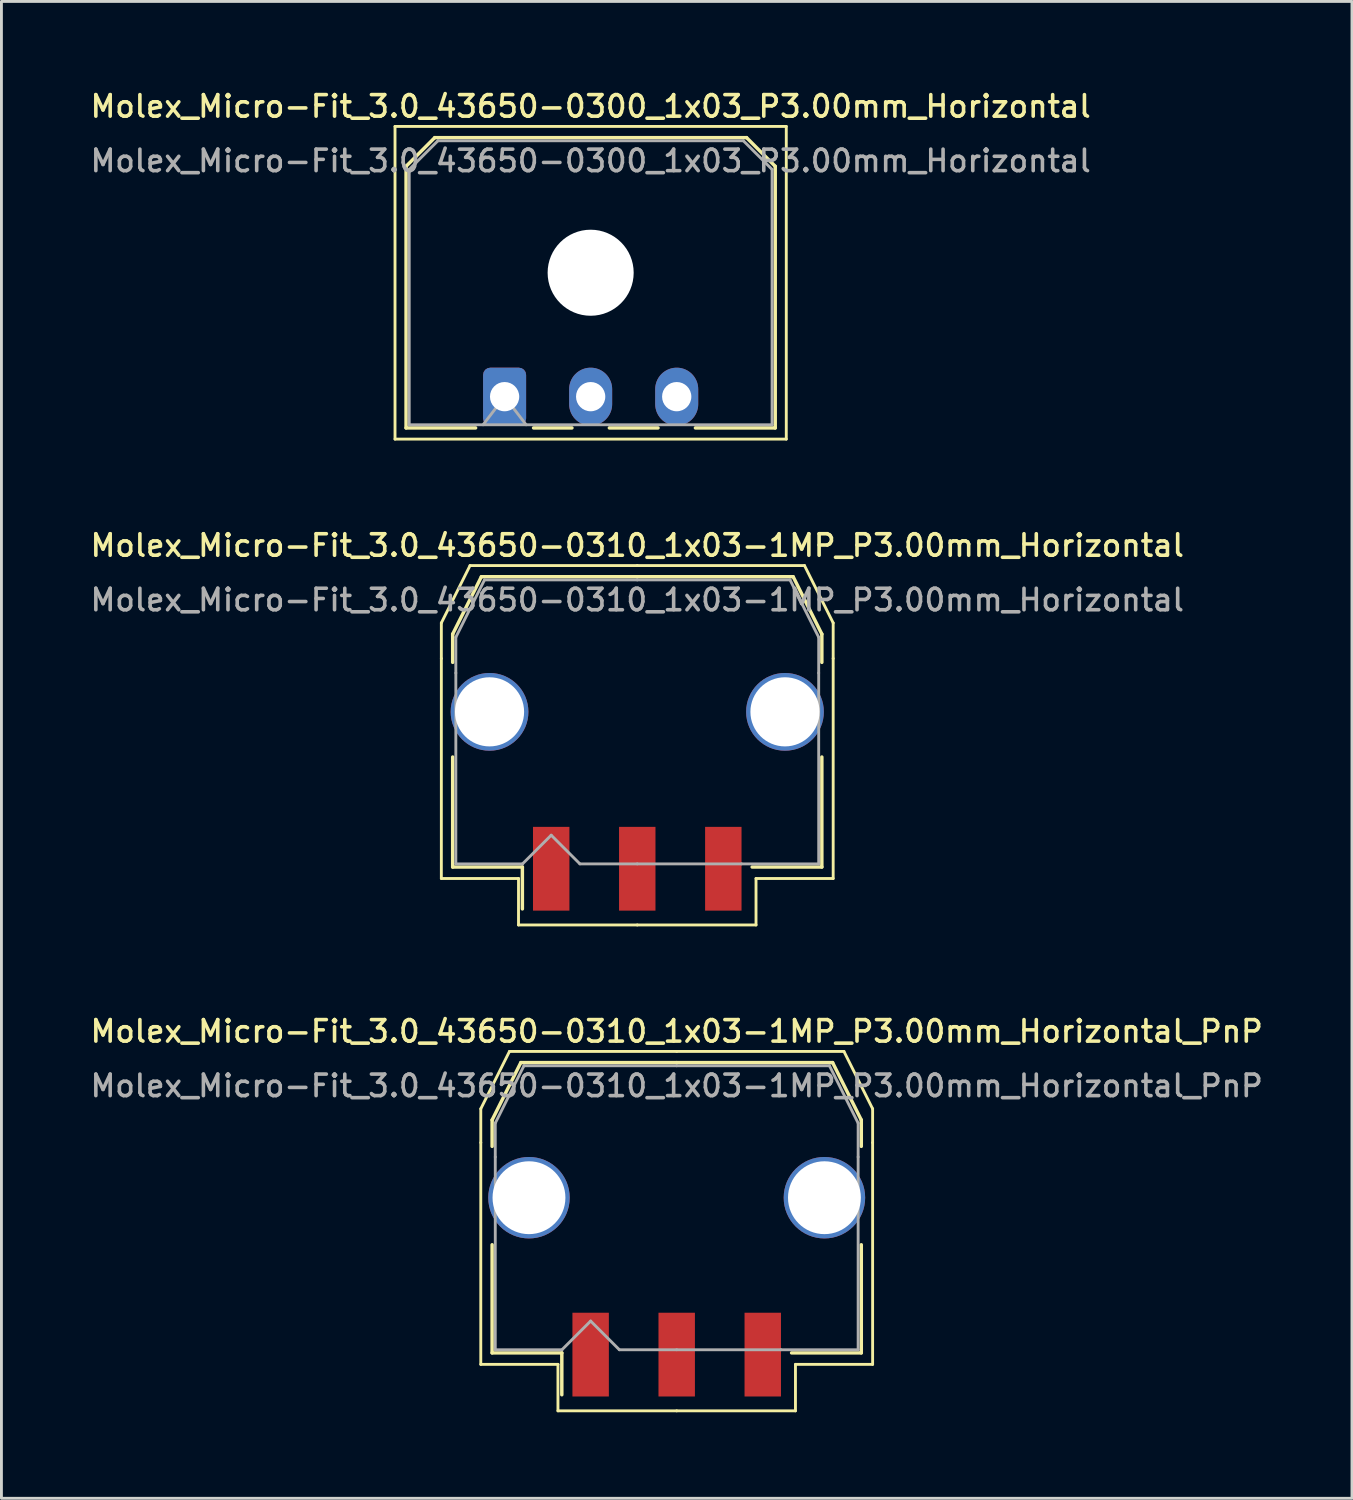
<source format=kicad_pcb>
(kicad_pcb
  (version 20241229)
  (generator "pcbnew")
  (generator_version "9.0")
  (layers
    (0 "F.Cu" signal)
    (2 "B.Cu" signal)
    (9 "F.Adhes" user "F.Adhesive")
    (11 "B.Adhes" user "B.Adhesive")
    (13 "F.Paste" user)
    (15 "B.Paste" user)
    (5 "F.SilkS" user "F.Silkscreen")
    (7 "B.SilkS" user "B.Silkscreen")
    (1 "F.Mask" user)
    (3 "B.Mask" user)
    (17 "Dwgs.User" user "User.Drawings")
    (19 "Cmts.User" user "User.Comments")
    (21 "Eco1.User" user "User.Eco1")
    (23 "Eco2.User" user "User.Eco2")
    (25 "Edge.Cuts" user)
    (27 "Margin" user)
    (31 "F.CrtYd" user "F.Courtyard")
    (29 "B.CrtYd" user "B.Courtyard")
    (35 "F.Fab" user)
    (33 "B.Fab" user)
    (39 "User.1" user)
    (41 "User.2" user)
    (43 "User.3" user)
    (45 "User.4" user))
  (footprint "Molex_Micro-Fit_3.0_43650-0310_1x03-1MP_P3.00mm_Horizontal"
    (layer "F.Cu")
    (at 19.166 22.116)
    (property "Reference" "Molex_Micro-Fit_3.0_43650-0310_1x03-1MP_P3.00mm_Horizontal" (at 0 -6.15 0) (layer "F.SilkS") (effects (font (size 0.75 0.75) (thickness 0.125))))
    (attr smd)
    (fp_line (start -6.83 -3.45) (end -6.83 -2.21) (stroke (width 0.1) (type solid)) (layer "F.SilkS"))
    (fp_line (start -6.83 -2.21) (end -6.83 5.46) (stroke (width 0.1) (type solid)) (layer "F.SilkS"))
    (fp_line (start -6.83 5.46) (end -4.14 5.46) (stroke (width 0.1) (type solid)) (layer "F.SilkS"))
    (fp_line (start -6.435 -3.06) (end -6.435 -2.075) (stroke (width 0.12) (type solid)) (layer "F.SilkS"))
    (fp_line (start -6.435 1.225) (end -6.435 5.06) (stroke (width 0.12) (type solid)) (layer "F.SilkS"))
    (fp_line (start -6.435 5.06) (end -4.005 5.06) (stroke (width 0.12) (type solid)) (layer "F.SilkS"))
    (fp_line (start -5.83 -5.45) (end -6.83 -3.45) (stroke (width 0.1) (type solid)) (layer "F.SilkS"))
    (fp_line (start -5.435 -5.06) (end -6.435 -3.06) (stroke (width 0.12) (type solid)) (layer "F.SilkS"))
    (fp_line (start -4.14 5.46) (end -4.14 7.08) (stroke (width 0.1) (type solid)) (layer "F.SilkS"))
    (fp_line (start -4.14 7.08) (end 0 7.08) (stroke (width 0.1) (type solid)) (layer "F.SilkS"))
    (fp_line (start -4.005 5.06) (end -4.005 6.52) (stroke (width 0.12) (type solid)) (layer "F.SilkS"))
    (fp_line (start 0 -5.45) (end -5.83 -5.45) (stroke (width 0.1) (type solid)) (layer "F.SilkS"))
    (fp_line (start 0 -5.45) (end 5.83 -5.45) (stroke (width 0.1) (type solid)) (layer "F.SilkS"))
    (fp_line (start 0 -5.06) (end -5.435 -5.06) (stroke (width 0.12) (type solid)) (layer "F.SilkS"))
    (fp_line (start 0 -5.06) (end 5.435 -5.06) (stroke (width 0.12) (type solid)) (layer "F.SilkS"))
    (fp_line (start 4.14 5.46) (end 4.14 7.08) (stroke (width 0.1) (type solid)) (layer "F.SilkS"))
    (fp_line (start 4.14 7.08) (end 0 7.08) (stroke (width 0.1) (type solid)) (layer "F.SilkS"))
    (fp_line (start 5.435 -5.06) (end 6.435 -3.06) (stroke (width 0.12) (type solid)) (layer "F.SilkS"))
    (fp_line (start 5.83 -5.45) (end 6.83 -3.45) (stroke (width 0.1) (type solid)) (layer "F.SilkS"))
    (fp_line (start 6.435 -3.06) (end 6.435 -2.075) (stroke (width 0.12) (type solid)) (layer "F.SilkS"))
    (fp_line (start 6.435 1.225) (end 6.435 5.06) (stroke (width 0.12) (type solid)) (layer "F.SilkS"))
    (fp_line (start 6.435 5.06) (end 4.005 5.06) (stroke (width 0.12) (type solid)) (layer "F.SilkS"))
    (fp_line (start 6.83 -3.45) (end 6.83 -2.21) (stroke (width 0.1) (type solid)) (layer "F.SilkS"))
    (fp_line (start 6.83 -2.21) (end 6.83 5.46) (stroke (width 0.1) (type solid)) (layer "F.SilkS"))
    (fp_line (start 6.83 5.46) (end 4.14 5.46) (stroke (width 0.1) (type solid)) (layer "F.SilkS"))
    (fp_line (start -6.325 -2.95) (end -6.325 -1.705) (stroke (width 0.1) (type solid)) (layer "F.Fab"))
    (fp_line (start -6.325 -1.705) (end -6.325 4.95) (stroke (width 0.1) (type solid)) (layer "F.Fab"))
    (fp_line (start -6.325 4.95) (end -4 4.95) (stroke (width 0.1) (type solid)) (layer "F.Fab"))
    (fp_line (start -5.325 -4.95) (end -6.325 -2.95) (stroke (width 0.1) (type solid)) (layer "F.Fab"))
    (fp_line (start -4 4.95) (end -3 3.95) (stroke (width 0.1) (type solid)) (layer "F.Fab"))
    (fp_line (start -3 3.95) (end -2 4.95) (stroke (width 0.1) (type solid)) (layer "F.Fab"))
    (fp_line (start -2 4.95) (end 0 4.95) (stroke (width 0.1) (type solid)) (layer "F.Fab"))
    (fp_line (start 0 -4.95) (end -5.325 -4.95) (stroke (width 0.1) (type solid)) (layer "F.Fab"))
    (fp_line (start 0 -4.95) (end 5.325 -4.95) (stroke (width 0.1) (type solid)) (layer "F.Fab"))
    (fp_line (start 3.635 4.95) (end 0 4.95) (stroke (width 0.1) (type solid)) (layer "F.Fab"))
    (fp_line (start 5.325 -4.95) (end 6.325 -2.95) (stroke (width 0.1) (type solid)) (layer "F.Fab"))
    (fp_line (start 6.325 -2.95) (end 6.325 -1.705) (stroke (width 0.1) (type solid)) (layer "F.Fab"))
    (fp_line (start 6.325 -1.705) (end 6.325 4.95) (stroke (width 0.1) (type solid)) (layer "F.Fab"))
    (fp_line (start 6.325 4.95) (end 3.635 4.95) (stroke (width 0.1) (type solid)) (layer "F.Fab"))
    (fp_text user "${REFERENCE}" (at 0 -4.25 0) (layer "F.Fab") (effects (font (size 0.75 0.75) (thickness 0.125))))
    (pad "1" smd rect (at -3 5.12) (size 1.27 2.92) (layers "F.Cu" "F.Mask" "F.Paste"))
    (pad "2" smd rect (at 0 5.12) (size 1.27 2.92) (layers "F.Cu" "F.Mask" "F.Paste"))
    (pad "3" smd rect (at 3 5.12) (size 1.27 2.92) (layers "F.Cu" "F.Mask" "F.Paste"))
    (pad "MP" thru_hole circle (at -5.15 -0.35) (size 2.71 2.71) (drill 2.41) (property pad_prop_heatsink) (layers "*.Cu" "*.Mask"))
    (pad "MP" thru_hole circle (at 5.15 -0.35) (size 2.71 2.71) (drill 2.41) (property pad_prop_heatsink) (layers "*.Cu" "*.Mask")))
  (footprint "Molex_Micro-Fit_3.0_43650-0310_1x03-1MP_P3.00mm_Horizontal_PnP"
    (layer "F.Cu")
    (at 20.541 39.054)
    (property "Reference" "Molex_Micro-Fit_3.0_43650-0310_1x03-1MP_P3.00mm_Horizontal_PnP" (at 0 -6.15 0) (layer "F.SilkS") (effects (font (size 0.75 0.75) (thickness 0.125))))
    (attr smd)
    (fp_line (start -6.83 -3.45) (end -6.83 -2.27) (stroke (width 0.1) (type solid)) (layer "F.SilkS"))
    (fp_line (start -6.83 -2.27) (end -6.83 5.46) (stroke (width 0.1) (type solid)) (layer "F.SilkS"))
    (fp_line (start -6.83 5.46) (end -4.14 5.46) (stroke (width 0.1) (type solid)) (layer "F.SilkS"))
    (fp_line (start -6.435 -3.06) (end -6.435 -2.14) (stroke (width 0.12) (type solid)) (layer "F.SilkS"))
    (fp_line (start -6.435 1.29) (end -6.435 5.06) (stroke (width 0.12) (type solid)) (layer "F.SilkS"))
    (fp_line (start -6.435 5.06) (end -4.005 5.06) (stroke (width 0.12) (type solid)) (layer "F.SilkS"))
    (fp_line (start -5.83 -5.45) (end -6.83 -3.45) (stroke (width 0.1) (type solid)) (layer "F.SilkS"))
    (fp_line (start -5.435 -5.06) (end -6.435 -3.06) (stroke (width 0.12) (type solid)) (layer "F.SilkS"))
    (fp_line (start -4.14 5.46) (end -4.14 7.08) (stroke (width 0.1) (type solid)) (layer "F.SilkS"))
    (fp_line (start -4.14 7.08) (end 0 7.08) (stroke (width 0.1) (type solid)) (layer "F.SilkS"))
    (fp_line (start -4.005 5.06) (end -4.005 6.52) (stroke (width 0.12) (type solid)) (layer "F.SilkS"))
    (fp_line (start 0 -5.45) (end -5.83 -5.45) (stroke (width 0.1) (type solid)) (layer "F.SilkS"))
    (fp_line (start 0 -5.45) (end 5.83 -5.45) (stroke (width 0.1) (type solid)) (layer "F.SilkS"))
    (fp_line (start 0 -5.06) (end -5.435 -5.06) (stroke (width 0.12) (type solid)) (layer "F.SilkS"))
    (fp_line (start 0 -5.06) (end 5.435 -5.06) (stroke (width 0.12) (type solid)) (layer "F.SilkS"))
    (fp_line (start 4.14 5.46) (end 4.14 7.08) (stroke (width 0.1) (type solid)) (layer "F.SilkS"))
    (fp_line (start 4.14 7.08) (end 0 7.08) (stroke (width 0.1) (type solid)) (layer "F.SilkS"))
    (fp_line (start 5.435 -5.06) (end 6.435 -3.06) (stroke (width 0.12) (type solid)) (layer "F.SilkS"))
    (fp_line (start 5.83 -5.45) (end 6.83 -3.45) (stroke (width 0.1) (type solid)) (layer "F.SilkS"))
    (fp_line (start 6.435 -3.06) (end 6.435 -2.14) (stroke (width 0.12) (type solid)) (layer "F.SilkS"))
    (fp_line (start 6.435 1.29) (end 6.435 5.06) (stroke (width 0.12) (type solid)) (layer "F.SilkS"))
    (fp_line (start 6.435 5.06) (end 4.005 5.06) (stroke (width 0.12) (type solid)) (layer "F.SilkS"))
    (fp_line (start 6.83 -3.45) (end 6.83 -2.27) (stroke (width 0.1) (type solid)) (layer "F.SilkS"))
    (fp_line (start 6.83 -2.27) (end 6.83 5.46) (stroke (width 0.1) (type solid)) (layer "F.SilkS"))
    (fp_line (start 6.83 5.46) (end 4.14 5.46) (stroke (width 0.1) (type solid)) (layer "F.SilkS"))
    (fp_line (start -6.325 -2.95) (end -6.325 -1.77) (stroke (width 0.1) (type solid)) (layer "F.Fab"))
    (fp_line (start -6.325 -1.77) (end -6.325 4.95) (stroke (width 0.1) (type solid)) (layer "F.Fab"))
    (fp_line (start -6.325 4.95) (end -4 4.95) (stroke (width 0.1) (type solid)) (layer "F.Fab"))
    (fp_line (start -5.325 -4.95) (end -6.325 -2.95) (stroke (width 0.1) (type solid)) (layer "F.Fab"))
    (fp_line (start -4 4.95) (end -3 3.95) (stroke (width 0.1) (type solid)) (layer "F.Fab"))
    (fp_line (start -3 3.95) (end -2 4.95) (stroke (width 0.1) (type solid)) (layer "F.Fab"))
    (fp_line (start -2 4.95) (end 0 4.95) (stroke (width 0.1) (type solid)) (layer "F.Fab"))
    (fp_line (start 0 -4.95) (end -5.325 -4.95) (stroke (width 0.1) (type solid)) (layer "F.Fab"))
    (fp_line (start 0 -4.95) (end 5.325 -4.95) (stroke (width 0.1) (type solid)) (layer "F.Fab"))
    (fp_line (start 3.635 4.95) (end 0 4.95) (stroke (width 0.1) (type solid)) (layer "F.Fab"))
    (fp_line (start 5.325 -4.95) (end 6.325 -2.95) (stroke (width 0.1) (type solid)) (layer "F.Fab"))
    (fp_line (start 6.325 -2.95) (end 6.325 -1.77) (stroke (width 0.1) (type solid)) (layer "F.Fab"))
    (fp_line (start 6.325 -1.77) (end 6.325 4.95) (stroke (width 0.1) (type solid)) (layer "F.Fab"))
    (fp_line (start 6.325 4.95) (end 3.635 4.95) (stroke (width 0.1) (type solid)) (layer "F.Fab"))
    (fp_text user "${REFERENCE}" (at 0 -4.25 0) (layer "F.Fab") (effects (font (size 0.75 0.75) (thickness 0.125))))
    (pad "1" smd rect (at -3 5.12) (size 1.27 2.92) (layers "F.Cu" "F.Mask" "F.Paste"))
    (pad "2" smd rect (at 0 5.12) (size 1.27 2.92) (layers "F.Cu" "F.Mask" "F.Paste"))
    (pad "3" smd rect (at 3 5.12) (size 1.27 2.92) (layers "F.Cu" "F.Mask" "F.Paste"))
    (pad "MP" thru_hole circle (at -5.15 -0.35) (size 2.84 2.84) (drill 2.54) (property pad_prop_heatsink) (layers "*.Cu" "*.Mask"))
    (pad "MP" thru_hole circle (at 5.15 -0.35) (size 2.84 2.84) (drill 2.54) (property pad_prop_heatsink) (layers "*.Cu" "*.Mask")))
  (footprint "Molex_Micro-Fit_3.0_43650-0300_1x03_P3.00mm_Horizontal"
    (layer "F.Cu")
    (at 14.541 10.778)
    (property "Reference" "Molex_Micro-Fit_3.0_43650-0300_1x03_P3.00mm_Horizontal" (at 3 -10.12 0) (layer "F.SilkS") (effects (font (size 0.75 0.75) (thickness 0.125))))
    (attr through_hole)
    (fp_line (start -3.82 -9.42) (end 9.82 -9.42) (stroke (width 0.1) (type solid)) (layer "F.SilkS"))
    (fp_line (start -3.82 1.48) (end -3.82 -9.42) (stroke (width 0.1) (type solid)) (layer "F.SilkS"))
    (fp_line (start -3.435 -8.03) (end -2.435 -9.03) (stroke (width 0.12) (type solid)) (layer "F.SilkS"))
    (fp_line (start -3.435 1.09) (end -3.435 -8.03) (stroke (width 0.12) (type solid)) (layer "F.SilkS"))
    (fp_line (start -3.435 1.09) (end -1.01 1.09) (stroke (width 0.12) (type solid)) (layer "F.SilkS"))
    (fp_line (start -2.435 -9.03) (end 8.435 -9.03) (stroke (width 0.12) (type solid)) (layer "F.SilkS"))
    (fp_line (start 1.01 1.09) (end 2.348 1.09) (stroke (width 0.12) (type solid)) (layer "F.SilkS"))
    (fp_line (start 3.652 1.09) (end 5.348 1.09) (stroke (width 0.12) (type solid)) (layer "F.SilkS"))
    (fp_line (start 8.435 -9.03) (end 9.435 -8.03) (stroke (width 0.12) (type solid)) (layer "F.SilkS"))
    (fp_line (start 9.435 -8.03) (end 9.435 1.09) (stroke (width 0.12) (type solid)) (layer "F.SilkS"))
    (fp_line (start 9.435 1.09) (end 6.652 1.09) (stroke (width 0.12) (type solid)) (layer "F.SilkS"))
    (fp_line (start 9.82 -9.42) (end 9.82 1.48) (stroke (width 0.1) (type solid)) (layer "F.SilkS"))
    (fp_line (start 9.82 1.48) (end -3.82 1.48) (stroke (width 0.1) (type solid)) (layer "F.SilkS"))
    (fp_line (start -3.325 -7.92) (end -2.325 -8.92) (stroke (width 0.1) (type solid)) (layer "F.Fab"))
    (fp_line (start -3.325 0.98) (end -3.325 -7.92) (stroke (width 0.1) (type solid)) (layer "F.Fab"))
    (fp_line (start -2.325 -8.92) (end 8.325 -8.92) (stroke (width 0.1) (type solid)) (layer "F.Fab"))
    (fp_line (start -0.75 0.98) (end 0 0) (stroke (width 0.1) (type solid)) (layer "F.Fab"))
    (fp_line (start 0 0) (end 0.75 0.98) (stroke (width 0.1) (type solid)) (layer "F.Fab"))
    (fp_line (start 8.325 -8.92) (end 9.325 -7.92) (stroke (width 0.1) (type solid)) (layer "F.Fab"))
    (fp_line (start 9.325 -7.92) (end 9.325 0.98) (stroke (width 0.1) (type solid)) (layer "F.Fab"))
    (fp_line (start 9.325 0.98) (end -3.325 0.98) (stroke (width 0.1) (type solid)) (layer "F.Fab"))
    (fp_text user "${REFERENCE}" (at 3 -8.22 0) (layer "F.Fab") (effects (font (size 0.75 0.75) (thickness 0.125))))
    (pad "" np_thru_hole circle (at 3 -4.32) (size 3 3) (drill 3) (layers "*.Cu" "*.Mask"))
    (pad "1" thru_hole roundrect (at 0 0) (size 1.5 2.02) (drill 1.02) (layers "*.Cu" "*.Mask") (roundrect_rratio 0.167))
    (pad "2" thru_hole oval (at 3 0) (size 1.5 2.02) (drill 1.02) (layers "*.Cu" "*.Mask"))
    (pad "3" thru_hole oval (at 6 0) (size 1.5 2.02) (drill 1.02) (layers "*.Cu" "*.Mask")))
  (gr_rect
    (start -3 -3)
    (end 44.082 49.184)
    (stroke (width 0.1) (type default))
    (fill no)
    (layer "Edge.Cuts")))
</source>
